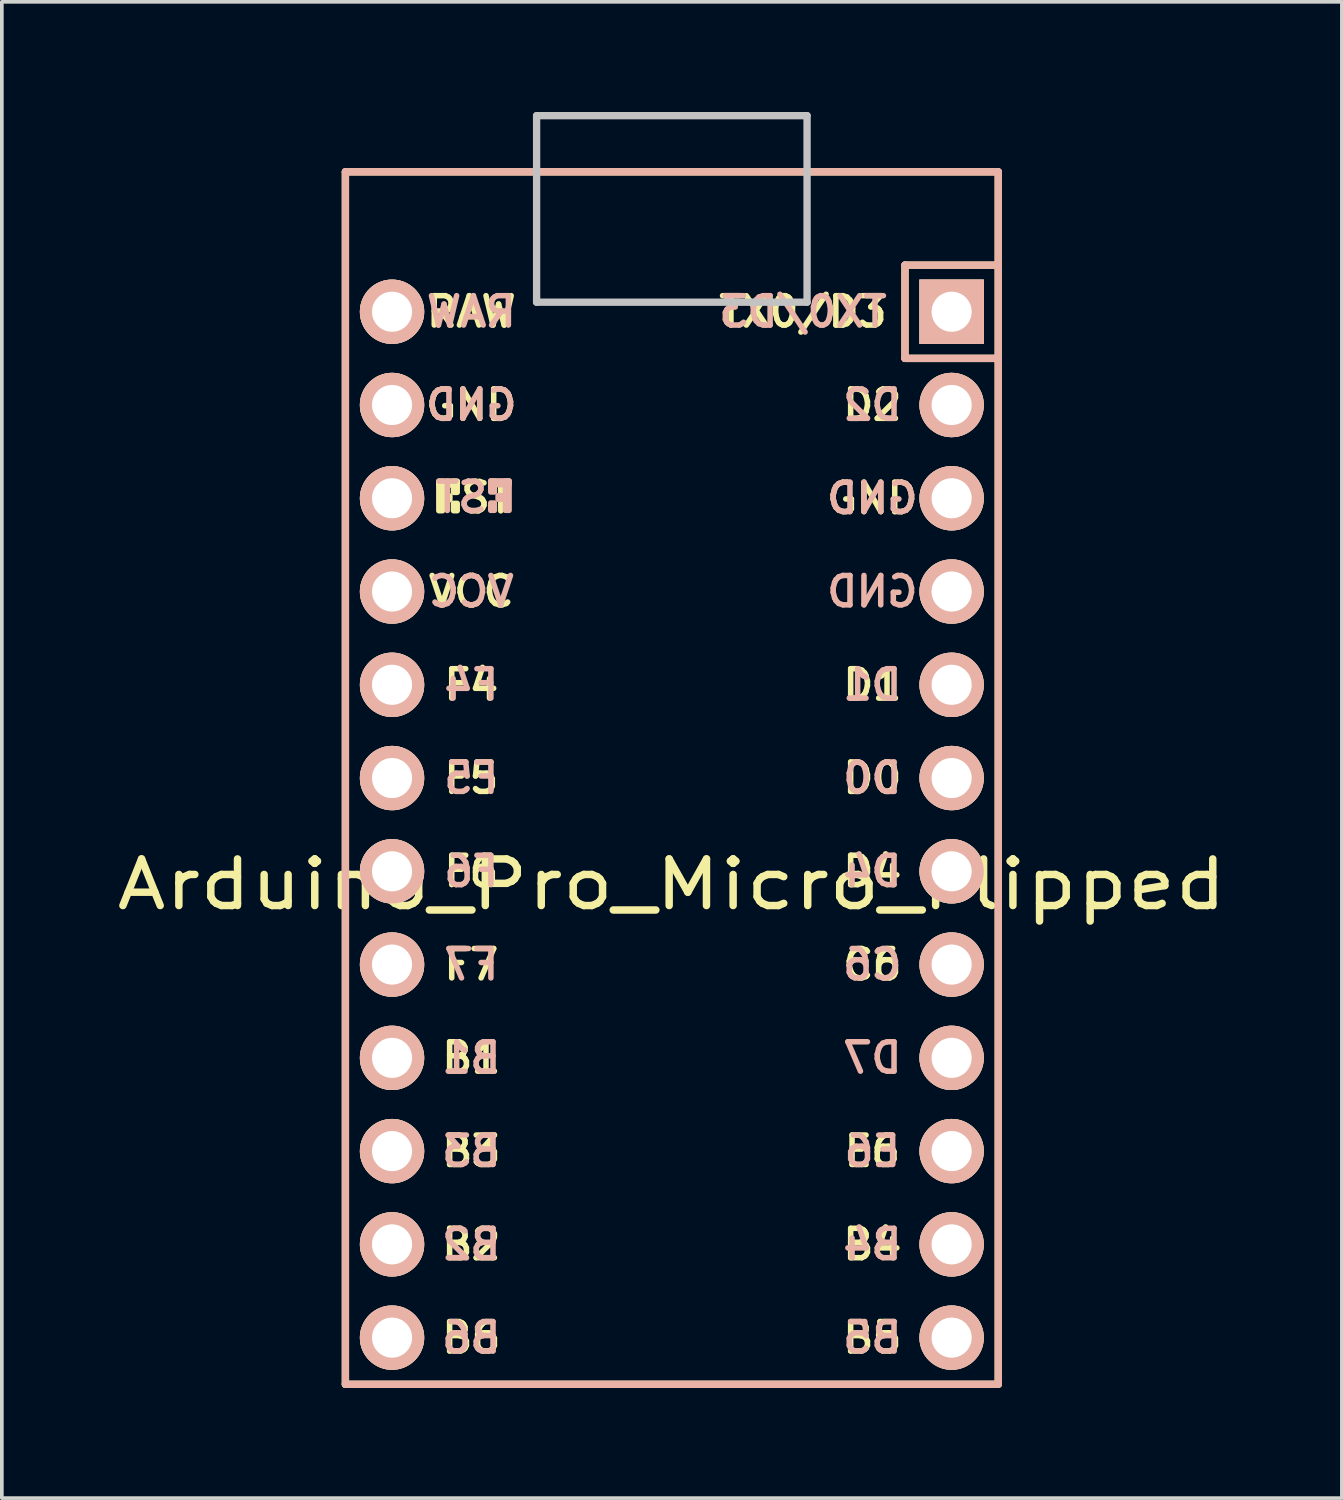
<source format=kicad_pcb>
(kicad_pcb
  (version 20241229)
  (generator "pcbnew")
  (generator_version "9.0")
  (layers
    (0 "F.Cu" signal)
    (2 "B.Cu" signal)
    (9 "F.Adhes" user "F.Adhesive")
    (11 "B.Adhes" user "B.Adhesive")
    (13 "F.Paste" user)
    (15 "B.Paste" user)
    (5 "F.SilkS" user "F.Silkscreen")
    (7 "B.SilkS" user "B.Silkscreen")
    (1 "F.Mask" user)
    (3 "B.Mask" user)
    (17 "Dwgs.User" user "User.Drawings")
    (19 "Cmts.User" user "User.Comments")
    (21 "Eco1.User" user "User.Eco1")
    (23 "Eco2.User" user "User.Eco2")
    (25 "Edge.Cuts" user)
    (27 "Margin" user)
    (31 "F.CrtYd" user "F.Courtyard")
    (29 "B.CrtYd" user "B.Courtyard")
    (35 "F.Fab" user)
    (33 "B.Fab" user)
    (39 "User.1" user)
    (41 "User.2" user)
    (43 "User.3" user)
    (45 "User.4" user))
  (footprint "Arduino_Pro_Micro_Flipped"
    (layer "F.Cu")
    (at 15.247 19.41)
    (property "Reference" "Arduino_Pro_Micro_Flipped" (at 0 1.625 0) (layer "F.SilkS") (effects (font (size 1.27 1.524) (thickness 0.203))))
    (attr through_hole)
    (fp_line (start -8.89 -17.78) (end 8.89 -17.78) (stroke (width 0.2) (type solid)) (layer "F.SilkS"))
    (fp_line (start -8.89 15.24) (end -8.89 -17.78) (stroke (width 0.2) (type solid)) (layer "F.SilkS"))
    (fp_line (start 6.35 -15.24) (end 6.35 -12.7) (stroke (width 0.2) (type solid)) (layer "F.SilkS"))
    (fp_line (start 6.35 -15.24) (end 8.89 -15.24) (stroke (width 0.2) (type solid)) (layer "F.SilkS"))
    (fp_line (start 6.35 -12.7) (end 8.89 -12.7) (stroke (width 0.2) (type solid)) (layer "F.SilkS"))
    (fp_line (start 8.89 -17.78) (end 8.89 15.24) (stroke (width 0.2) (type solid)) (layer "F.SilkS"))
    (fp_line (start 8.89 15.24) (end -8.89 15.24) (stroke (width 0.2) (type solid)) (layer "F.SilkS"))
    (fp_poly (pts (xy -6.245 -9.351) (xy -6.245 -8.551) (xy -6.345 -8.551) (xy -6.345 -9.351)) (stroke (width 0.15) (type solid)) (fill yes) (layer "F.SilkS"))
    (fp_poly (pts (xy -6.045 -8.951) (xy -6.045 -8.851) (xy -6.145 -8.851) (xy -6.145 -8.951)) (stroke (width 0.15) (type solid)) (fill yes) (layer "F.SilkS"))
    (fp_poly (pts (xy -5.845 -9.351) (xy -5.845 -9.251) (xy -6.345 -9.251) (xy -6.345 -9.351)) (stroke (width 0.15) (type solid)) (fill yes) (layer "F.SilkS"))
    (fp_poly (pts (xy -5.845 -9.351) (xy -5.845 -9.051) (xy -5.945 -9.051) (xy -5.945 -9.351)) (stroke (width 0.15) (type solid)) (fill yes) (layer "F.SilkS"))
    (fp_poly (pts (xy -5.845 -8.751) (xy -5.845 -8.551) (xy -5.945 -8.551) (xy -5.945 -8.751)) (stroke (width 0.15) (type solid)) (fill yes) (layer "F.SilkS"))
    (fp_line (start -8.89 -17.78) (end 8.89 -17.78) (stroke (width 0.2) (type solid)) (layer "B.SilkS"))
    (fp_line (start -8.89 15.24) (end -8.89 -17.78) (stroke (width 0.2) (type solid)) (layer "B.SilkS"))
    (fp_line (start 6.35 -15.24) (end 6.35 -12.7) (stroke (width 0.2) (type solid)) (layer "B.SilkS"))
    (fp_line (start 6.35 -15.24) (end 8.89 -15.24) (stroke (width 0.2) (type solid)) (layer "B.SilkS"))
    (fp_line (start 6.35 -12.7) (end 8.89 -12.7) (stroke (width 0.2) (type solid)) (layer "B.SilkS"))
    (fp_line (start 8.89 -17.78) (end 8.89 15.24) (stroke (width 0.2) (type solid)) (layer "B.SilkS"))
    (fp_line (start 8.89 15.24) (end -8.89 15.24) (stroke (width 0.2) (type solid)) (layer "B.SilkS"))
    (fp_poly (pts (xy -4.932 -9.361) (xy -4.932 -9.261) (xy -4.432 -9.261) (xy -4.432 -9.361)) (stroke (width 0.15) (type solid)) (fill yes) (layer "B.SilkS"))
    (fp_poly (pts (xy -4.932 -9.361) (xy -4.932 -9.061) (xy -4.832 -9.061) (xy -4.832 -9.361)) (stroke (width 0.15) (type solid)) (fill yes) (layer "B.SilkS"))
    (fp_poly (pts (xy -4.932 -8.761) (xy -4.932 -8.561) (xy -4.832 -8.561) (xy -4.832 -8.761)) (stroke (width 0.15) (type solid)) (fill yes) (layer "B.SilkS"))
    (fp_poly (pts (xy -4.732 -8.961) (xy -4.732 -8.861) (xy -4.632 -8.861) (xy -4.632 -8.961)) (stroke (width 0.15) (type solid)) (fill yes) (layer "B.SilkS"))
    (fp_poly (pts (xy -4.532 -9.361) (xy -4.532 -8.561) (xy -4.432 -8.561) (xy -4.432 -9.361)) (stroke (width 0.15) (type solid)) (fill yes) (layer "B.SilkS"))
    (fp_line (start -3.683 -19.31) (end -3.683 -14.23) (stroke (width 0.2) (type solid)) (layer "Dwgs.User"))
    (fp_line (start -3.683 -14.23) (end 3.683 -14.23) (stroke (width 0.2) (type solid)) (layer "Dwgs.User"))
    (fp_line (start 3.683 -19.31) (end -3.683 -19.31) (stroke (width 0.2) (type solid)) (layer "Dwgs.User"))
    (fp_line (start 3.683 -14.23) (end 3.683 -19.31) (stroke (width 0.2) (type solid)) (layer "Dwgs.User"))
    (fp_text user "B5" (at 5.461 13.97 0) (layer "F.SilkS") (effects (font (size 0.8 0.8) (thickness 0.15))))
    (fp_text user "F6" (at -5.461 1.27 0) (layer "F.SilkS") (effects (font (size 0.8 0.8) (thickness 0.15))))
    (fp_text user "B3" (at -5.461 8.89 0) (layer "F.SilkS") (effects (font (size 0.8 0.8) (thickness 0.15))))
    (fp_text user "D2" (at 5.461 -11.43 0) (layer "F.SilkS") (effects (font (size 0.8 0.8) (thickness 0.15))))
    (fp_text user "D4" (at 5.461 1.27 0) (layer "F.SilkS") (effects (font (size 0.8 0.8) (thickness 0.15))))
    (fp_text user "TX0/D3" (at 3.572 -13.97 0) (layer "F.SilkS") (effects (font (size 0.8 0.8) (thickness 0.15))))
    (fp_text user "B2" (at -5.461 11.43 0) (layer "F.SilkS") (effects (font (size 0.8 0.8) (thickness 0.15))))
    (fp_text user "GND" (at 5.461 -8.89 0) (layer "F.SilkS") (effects (font (size 0.8 0.8) (thickness 0.15))))
    (fp_text user "F5" (at -5.461 -1.27 0) (layer "F.SilkS") (effects (font (size 0.8 0.8) (thickness 0.15))))
    (fp_text user "VCC" (at -5.461 -6.35 0) (layer "F.SilkS") (effects (font (size 0.8 0.8) (thickness 0.15))))
    (fp_text user "C6" (at 5.461 3.81 0) (layer "F.SilkS") (effects (font (size 0.8 0.8) (thickness 0.15))))
    (fp_text user "F7" (at -5.461 3.81 0) (layer "F.SilkS") (effects (font (size 0.8 0.8) (thickness 0.15))))
    (fp_text user "D0" (at 5.461 -1.27 0) (layer "F.SilkS") (effects (font (size 0.8 0.8) (thickness 0.15))))
    (fp_text user "B6" (at -5.461 13.97 0) (layer "F.SilkS") (effects (font (size 0.8 0.8) (thickness 0.15))))
    (fp_text user "F4" (at -5.461 -3.81 0) (layer "F.SilkS") (effects (font (size 0.8 0.8) (thickness 0.15))))
    (fp_text user "GND" (at -5.461 -11.43 0) (layer "F.SilkS") (effects (font (size 0.8 0.8) (thickness 0.15))))
    (fp_text user "E6" (at 5.461 8.89 0) (layer "F.SilkS") (effects (font (size 0.8 0.8) (thickness 0.15))))
    (fp_text user "RAW" (at -5.461 -13.97 0) (layer "F.SilkS") (effects (font (size 0.8 0.8) (thickness 0.15))))
    (fp_text user "D1" (at 5.461 -3.81 0) (layer "F.SilkS") (effects (font (size 0.8 0.8) (thickness 0.15))))
    (fp_text user "B1" (at -5.461 6.35 0) (layer "F.SilkS") (effects (font (size 0.8 0.8) (thickness 0.15))))
    (fp_text user "B4" (at 5.461 11.43 0) (layer "F.SilkS") (effects (font (size 0.8 0.8) (thickness 0.15))))
    (fp_text user "ST" (at -5.04 -8.91 0) (layer "F.SilkS") (effects (font (size 0.8 0.8) (thickness 0.15))))
    (fp_text user "GND" (at 5.461 -8.89 0) (layer "B.SilkS") (effects (font (size 0.8 0.8) (thickness 0.15)) (justify mirror)))
    (fp_text user "F4" (at -5.461 -3.81 0) (layer "B.SilkS") (effects (font (size 0.8 0.8) (thickness 0.15)) (justify mirror)))
    (fp_text user "B6" (at -5.461 13.97 0) (layer "B.SilkS") (effects (font (size 0.8 0.8) (thickness 0.15)) (justify mirror)))
    (fp_text user "VCC" (at -5.461 -6.35 0) (layer "B.SilkS") (effects (font (size 0.8 0.8) (thickness 0.15)) (justify mirror)))
    (fp_text user "D2" (at 5.461 -11.43 0) (layer "B.SilkS") (effects (font (size 0.8 0.8) (thickness 0.15)) (justify mirror)))
    (fp_text user "B2" (at -5.461 11.43 0) (layer "B.SilkS") (effects (font (size 0.8 0.8) (thickness 0.15)) (justify mirror)))
    (fp_text user "D1" (at 5.461 -3.81 0) (layer "B.SilkS") (effects (font (size 0.8 0.8) (thickness 0.15)) (justify mirror)))
    (fp_text user "F6" (at -5.461 1.27 0) (layer "B.SilkS") (effects (font (size 0.8 0.8) (thickness 0.15)) (justify mirror)))
    (fp_text user "D0" (at 5.461 -1.27 0) (layer "B.SilkS") (effects (font (size 0.8 0.8) (thickness 0.15)) (justify mirror)))
    (fp_text user "C6" (at 5.461 3.81 0) (layer "B.SilkS") (effects (font (size 0.8 0.8) (thickness 0.15)) (justify mirror)))
    (fp_text user "RAW" (at -5.461 -13.97 0) (layer "B.SilkS") (effects (font (size 0.8 0.8) (thickness 0.15)) (justify mirror)))
    (fp_text user "D7" (at 5.461 6.35 0) (layer "B.SilkS") (effects (font (size 0.8 0.8) (thickness 0.15)) (justify mirror)))
    (fp_text user "E6" (at 5.461 8.89 0) (layer "B.SilkS") (effects (font (size 0.8 0.8) (thickness 0.15)) (justify mirror)))
    (fp_text user "B3" (at -5.461 8.89 0) (layer "B.SilkS") (effects (font (size 0.8 0.8) (thickness 0.15)) (justify mirror)))
    (fp_text user "B5" (at 5.461 13.97 0) (layer "B.SilkS") (effects (font (size 0.8 0.8) (thickness 0.15)) (justify mirror)))
    (fp_text user "TX0/D3" (at 3.572 -13.97 0) (layer "B.SilkS") (effects (font (size 0.8 0.8) (thickness 0.15)) (justify mirror)))
    (fp_text user "F5" (at -5.461 -1.27 0) (layer "B.SilkS") (effects (font (size 0.8 0.8) (thickness 0.15)) (justify mirror)))
    (fp_text user "B4" (at 5.461 11.43 0) (layer "B.SilkS") (effects (font (size 0.8 0.8) (thickness 0.15)) (justify mirror)))
    (fp_text user "D4" (at 5.461 1.27 0) (layer "B.SilkS") (effects (font (size 0.8 0.8) (thickness 0.15)) (justify mirror)))
    (fp_text user "GND" (at 5.461 -6.35 0) (layer "B.SilkS") (effects (font (size 0.8 0.8) (thickness 0.15)) (justify mirror)))
    (fp_text user "F7" (at -5.461 3.81 0) (layer "B.SilkS") (effects (font (size 0.8 0.8) (thickness 0.15)) (justify mirror)))
    (fp_text user "GND" (at -5.461 -11.43 0) (layer "B.SilkS") (effects (font (size 0.8 0.8) (thickness 0.15)) (justify mirror)))
    (fp_text user "ST" (at -5.733 -8.92 0) (layer "B.SilkS") (effects (font (size 0.8 0.8) (thickness 0.15)) (justify mirror)))
    (fp_text user "B1" (at -5.461 6.35 0) (layer "B.SilkS") (effects (font (size 0.8 0.8) (thickness 0.15)) (justify mirror)))
    (pad "1" thru_hole rect (at 7.62 -13.97 90) (size 1.753 1.753) (drill 1.092) (layers "*.Cu" "*.SilkS" "*.Mask"))
    (pad "2" thru_hole circle (at 7.62 -11.43 90) (size 1.753 1.753) (drill 1.092) (layers "*.Cu" "*.SilkS" "*.Mask"))
    (pad "3" thru_hole circle (at 7.62 -8.89 90) (size 1.753 1.753) (drill 1.092) (layers "*.Cu" "*.SilkS" "*.Mask"))
    (pad "4" thru_hole circle (at 7.62 -6.35 90) (size 1.753 1.753) (drill 1.092) (layers "*.Cu" "*.SilkS" "*.Mask"))
    (pad "5" thru_hole circle (at 7.62 -3.81 90) (size 1.753 1.753) (drill 1.092) (layers "*.Cu" "*.SilkS" "*.Mask"))
    (pad "6" thru_hole circle (at 7.62 -1.27 90) (size 1.753 1.753) (drill 1.092) (layers "*.Cu" "*.SilkS" "*.Mask"))
    (pad "7" thru_hole circle (at 7.62 1.27 90) (size 1.753 1.753) (drill 1.092) (layers "*.Cu" "*.SilkS" "*.Mask"))
    (pad "8" thru_hole circle (at 7.62 3.81 90) (size 1.753 1.753) (drill 1.092) (layers "*.Cu" "*.SilkS" "*.Mask"))
    (pad "9" thru_hole circle (at 7.62 6.35 90) (size 1.753 1.753) (drill 1.092) (layers "*.Cu" "*.SilkS" "*.Mask"))
    (pad "10" thru_hole circle (at 7.62 8.89 90) (size 1.753 1.753) (drill 1.092) (layers "*.Cu" "*.SilkS" "*.Mask"))
    (pad "11" thru_hole circle (at 7.62 11.43 90) (size 1.753 1.753) (drill 1.092) (layers "*.Cu" "*.SilkS" "*.Mask"))
    (pad "12" thru_hole circle (at 7.62 13.97 90) (size 1.753 1.753) (drill 1.092) (layers "*.Cu" "*.SilkS" "*.Mask"))
    (pad "13" thru_hole circle (at -7.62 13.97 90) (size 1.753 1.753) (drill 1.092) (layers "*.Cu" "*.SilkS" "*.Mask"))
    (pad "14" thru_hole circle (at -7.62 11.43 90) (size 1.753 1.753) (drill 1.092) (layers "*.Cu" "*.SilkS" "*.Mask"))
    (pad "15" thru_hole circle (at -7.62 8.89 90) (size 1.753 1.753) (drill 1.092) (layers "*.Cu" "*.SilkS" "*.Mask"))
    (pad "16" thru_hole circle (at -7.62 6.35 90) (size 1.753 1.753) (drill 1.092) (layers "*.Cu" "*.SilkS" "*.Mask"))
    (pad "17" thru_hole circle (at -7.62 3.81 90) (size 1.753 1.753) (drill 1.092) (layers "*.Cu" "*.SilkS" "*.Mask"))
    (pad "18" thru_hole circle (at -7.62 1.27 90) (size 1.753 1.753) (drill 1.092) (layers "*.Cu" "*.SilkS" "*.Mask"))
    (pad "19" thru_hole circle (at -7.62 -1.27 90) (size 1.753 1.753) (drill 1.092) (layers "*.Cu" "*.SilkS" "*.Mask"))
    (pad "20" thru_hole circle (at -7.62 -3.81 90) (size 1.753 1.753) (drill 1.092) (layers "*.Cu" "*.SilkS" "*.Mask"))
    (pad "21" thru_hole circle (at -7.62 -6.35 90) (size 1.753 1.753) (drill 1.092) (layers "*.Cu" "*.SilkS" "*.Mask"))
    (pad "22" thru_hole circle (at -7.62 -8.89 90) (size 1.753 1.753) (drill 1.092) (layers "*.Cu" "*.SilkS" "*.Mask"))
    (pad "23" thru_hole circle (at -7.62 -11.43 90) (size 1.753 1.753) (drill 1.092) (layers "*.Cu" "*.SilkS" "*.Mask"))
    (pad "24" thru_hole circle (at -7.62 -13.97 90) (size 1.753 1.753) (drill 1.092) (layers "*.Cu" "*.SilkS" "*.Mask")))
  (gr_rect
    (start -3 -3)
    (end 33.495 37.75)
    (stroke (width 0.1) (type default))
    (fill no)
    (layer "Edge.Cuts")))
</source>
